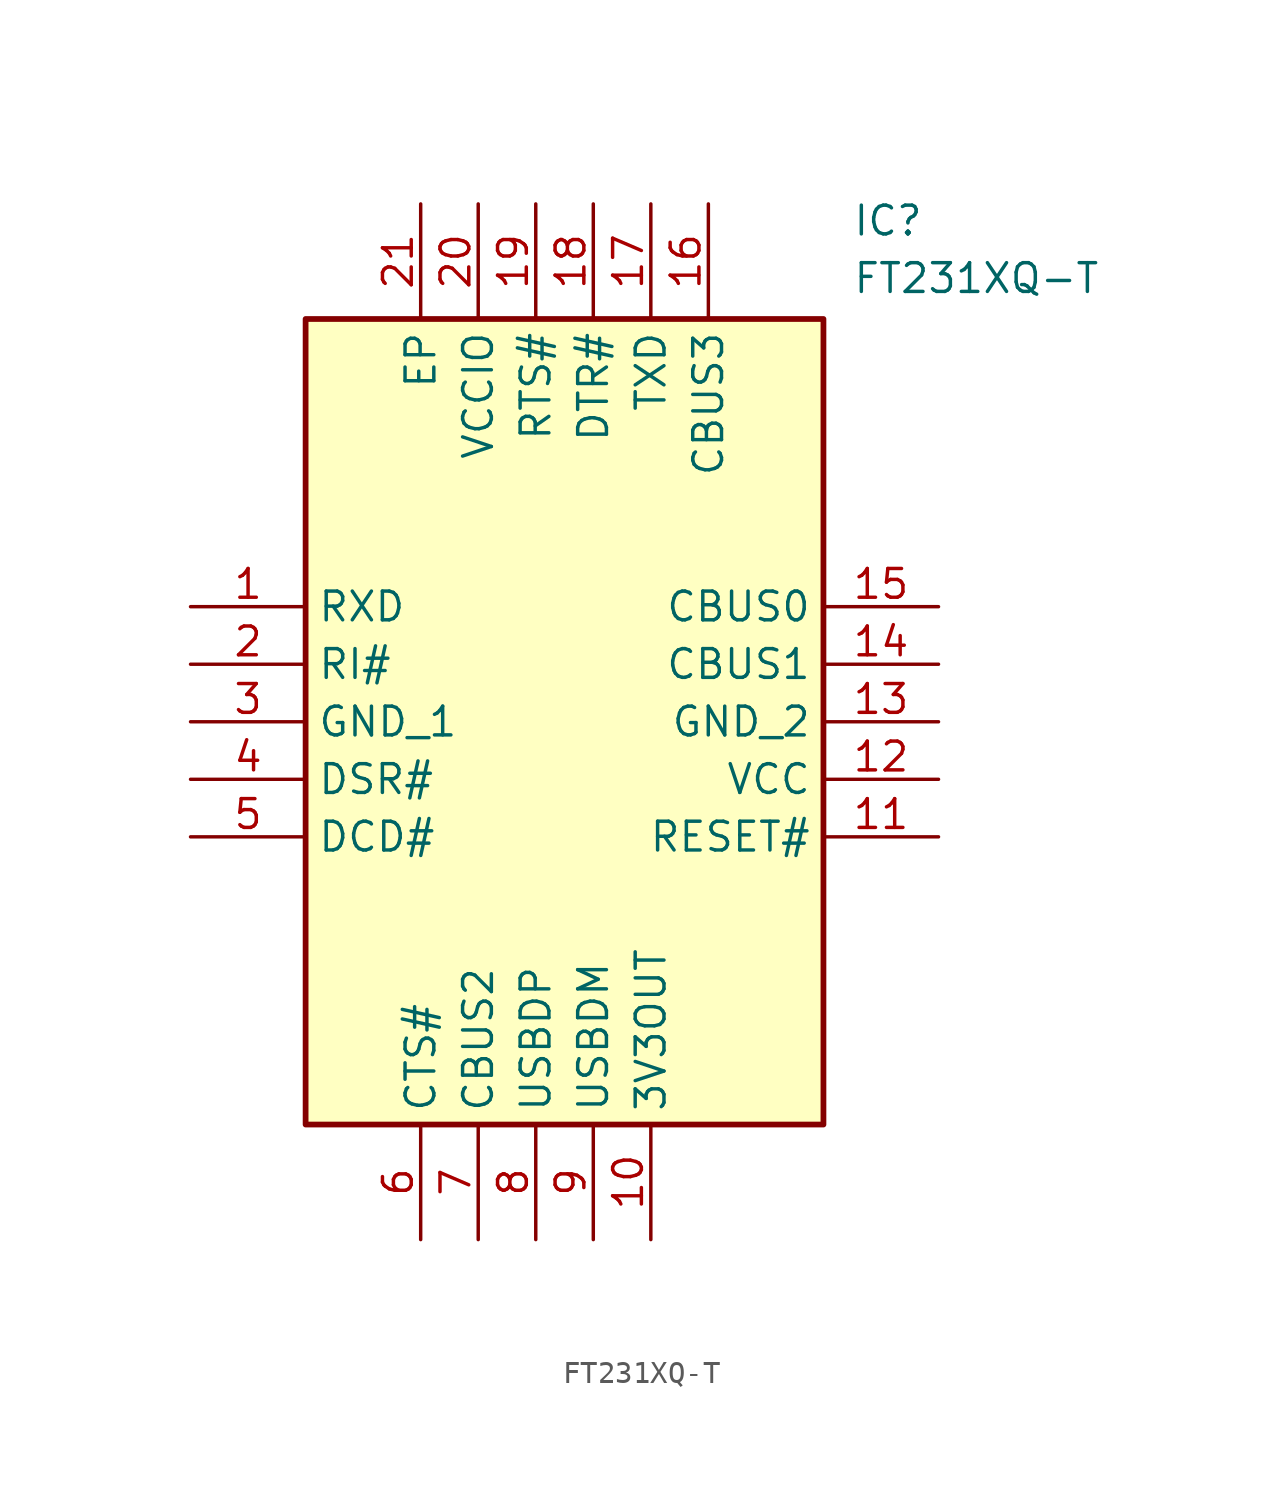
<source format=kicad_sym>
(kicad_symbol_lib
  (version 20211014)
  (generator SamacSys_ECAD_Model)
  (symbol "FT231XQ-T"
    (property "Reference" "IC"
      (at 29.21 17.78 0)
      (effects (font (size 1.27 1.27)) (justify left top)))
    (property "Value" "FT231XQ-T"
      (at 29.21 15.24 0)
      (effects (font (size 1.27 1.27)) (justify left top)))
    (rectangle
      (start 5.08 12.7)
      (end 27.94 -22.86)
      (stroke (width 0.254) (type default))
      (fill (type background)))
    (pin passive line
      (at 0 0 0)
      (length 5.08)
      (name "RXD" (effects (font (size 1.27 1.27))))
      (number "1" (effects (font (size 1.27 1.27)))))
    (pin passive line
      (at 0 -2.54 0)
      (length 5.08)
      (name "RI#" (effects (font (size 1.27 1.27))))
      (number "2" (effects (font (size 1.27 1.27)))))
    (pin passive line
      (at 0 -5.08 0)
      (length 5.08)
      (name "GND_1" (effects (font (size 1.27 1.27))))
      (number "3" (effects (font (size 1.27 1.27)))))
    (pin passive line
      (at 0 -7.62 0)
      (length 5.08)
      (name "DSR#" (effects (font (size 1.27 1.27))))
      (number "4" (effects (font (size 1.27 1.27)))))
    (pin passive line
      (at 0 -10.16 0)
      (length 5.08)
      (name "DCD#" (effects (font (size 1.27 1.27))))
      (number "5" (effects (font (size 1.27 1.27)))))
    (pin passive line
      (at 10.16 -27.94 90)
      (length 5.08)
      (name "CTS#" (effects (font (size 1.27 1.27))))
      (number "6" (effects (font (size 1.27 1.27)))))
    (pin passive line
      (at 12.7 -27.94 90)
      (length 5.08)
      (name "CBUS2" (effects (font (size 1.27 1.27))))
      (number "7" (effects (font (size 1.27 1.27)))))
    (pin passive line
      (at 15.24 -27.94 90)
      (length 5.08)
      (name "USBDP" (effects (font (size 1.27 1.27))))
      (number "8" (effects (font (size 1.27 1.27)))))
    (pin passive line
      (at 17.78 -27.94 90)
      (length 5.08)
      (name "USBDM" (effects (font (size 1.27 1.27))))
      (number "9" (effects (font (size 1.27 1.27)))))
    (pin passive line
      (at 20.32 -27.94 90)
      (length 5.08)
      (name "3V3OUT" (effects (font (size 1.27 1.27))))
      (number "10" (effects (font (size 1.27 1.27)))))
    (pin passive line
      (at 33.02 0 180)
      (length 5.08)
      (name "CBUS0" (effects (font (size 1.27 1.27))))
      (number "15" (effects (font (size 1.27 1.27)))))
    (pin passive line
      (at 33.02 -2.54 180)
      (length 5.08)
      (name "CBUS1" (effects (font (size 1.27 1.27))))
      (number "14" (effects (font (size 1.27 1.27)))))
    (pin passive line
      (at 33.02 -5.08 180)
      (length 5.08)
      (name "GND_2" (effects (font (size 1.27 1.27))))
      (number "13" (effects (font (size 1.27 1.27)))))
    (pin passive line
      (at 33.02 -7.62 180)
      (length 5.08)
      (name "VCC" (effects (font (size 1.27 1.27))))
      (number "12" (effects (font (size 1.27 1.27)))))
    (pin passive line
      (at 33.02 -10.16 180)
      (length 5.08)
      (name "RESET#" (effects (font (size 1.27 1.27))))
      (number "11" (effects (font (size 1.27 1.27)))))
    (pin passive line
      (at 10.16 17.78 270)
      (length 5.08)
      (name "EP" (effects (font (size 1.27 1.27))))
      (number "21" (effects (font (size 1.27 1.27)))))
    (pin passive line
      (at 12.7 17.78 270)
      (length 5.08)
      (name "VCCIO" (effects (font (size 1.27 1.27))))
      (number "20" (effects (font (size 1.27 1.27)))))
    (pin passive line
      (at 15.24 17.78 270)
      (length 5.08)
      (name "RTS#" (effects (font (size 1.27 1.27))))
      (number "19" (effects (font (size 1.27 1.27)))))
    (pin passive line
      (at 17.78 17.78 270)
      (length 5.08)
      (name "DTR#" (effects (font (size 1.27 1.27))))
      (number "18" (effects (font (size 1.27 1.27)))))
    (pin passive line
      (at 20.32 17.78 270)
      (length 5.08)
      (name "TXD" (effects (font (size 1.27 1.27))))
      (number "17" (effects (font (size 1.27 1.27)))))
    (pin passive line
      (at 22.86 17.78 270)
      (length 5.08)
      (name "CBUS3" (effects (font (size 1.27 1.27))))
      (number "16" (effects (font (size 1.27 1.27)))))))
</source>
